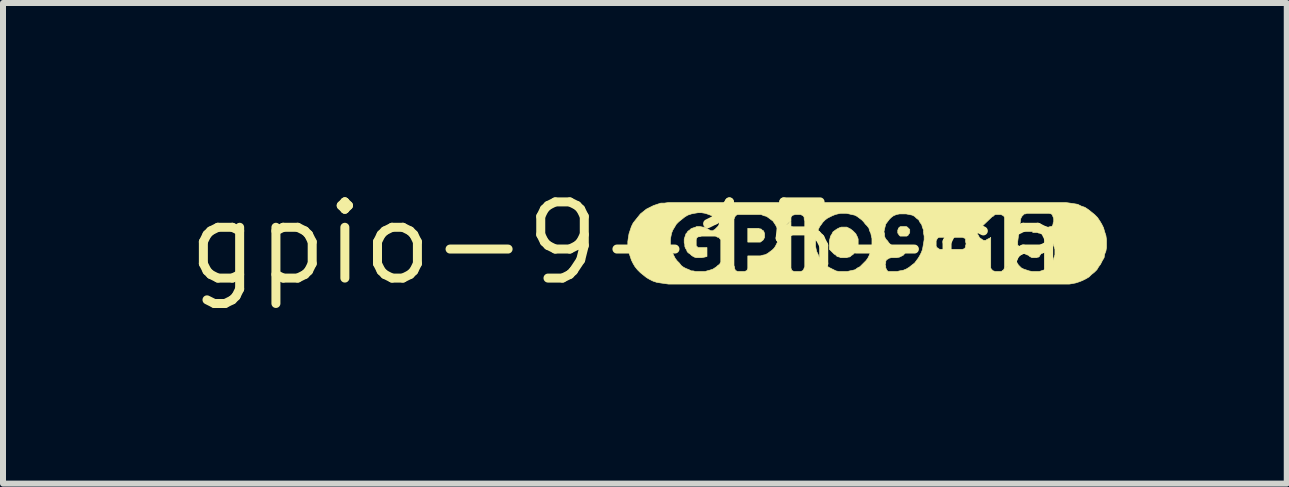
<source format=kicad_pcb>
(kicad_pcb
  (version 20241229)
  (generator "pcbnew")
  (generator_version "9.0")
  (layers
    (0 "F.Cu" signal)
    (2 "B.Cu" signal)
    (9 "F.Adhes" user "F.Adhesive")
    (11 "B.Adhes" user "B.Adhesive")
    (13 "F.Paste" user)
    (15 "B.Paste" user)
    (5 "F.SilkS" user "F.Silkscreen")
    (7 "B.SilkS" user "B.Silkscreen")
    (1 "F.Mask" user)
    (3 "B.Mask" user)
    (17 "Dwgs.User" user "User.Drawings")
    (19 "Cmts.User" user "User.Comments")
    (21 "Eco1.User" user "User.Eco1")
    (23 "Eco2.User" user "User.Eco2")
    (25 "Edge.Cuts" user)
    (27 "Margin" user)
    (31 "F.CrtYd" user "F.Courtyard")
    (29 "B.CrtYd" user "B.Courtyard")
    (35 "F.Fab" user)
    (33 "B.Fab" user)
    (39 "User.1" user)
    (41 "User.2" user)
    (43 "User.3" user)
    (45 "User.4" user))
  (footprint "gpio-9-15-ca"
    (layer "F.Cu")
    (at 7.416 1.006)
    (property "Reference" "gpio-9-15-ca" (at 0 0 0) (layer "F.SilkS") (effects (font (size 1.27 1.27) (thickness 0.15))))
    (attr board_only exclude_from_pos_files exclude_from_bom)
    (fp_poly (pts (xy 2.21 -0.02) (xy 2.25 -0.05) (xy 2.26 -0.06) (xy 2.27 -0.08) (xy 2.28 -0.1) (xy 2.28 -0.13) (xy 2.28 -0.16) (xy 2.27 -0.19) (xy 2.26 -0.21) (xy 2.24 -0.22) (xy 2.22 -0.24) (xy 2.2 -0.24) (xy 2.18 -0.25) (xy 2.17 -0.25) (xy 2 -0.25) (xy 2 -0.02) (xy 2.21 -0.02)) (stroke (width 0.01) (type solid)) (fill yes) (layer "F.SilkS"))
    (fp_poly (pts (xy 4.6 -0.28) (xy 4.56 -0.28) (xy 4.55 -0.28) (xy 4.53 -0.27) (xy 4.52 -0.26) (xy 4.51 -0.25) (xy 4.51 -0.24) (xy 4.5 -0.22) (xy 4.5 -0.21) (xy 4.5 -0.19) (xy 4.5 -0.17) (xy 4.51 -0.16) (xy 4.52 -0.14) (xy 4.53 -0.13) (xy 4.54 -0.12) (xy 4.56 -0.12) (xy 4.58 -0.12) (xy 4.61 -0.12) (xy 4.63 -0.12) (xy 4.65 -0.12) (xy 4.67 -0.13) (xy 4.68 -0.15) (xy 4.69 -0.16) (xy 4.7 -0.18) (xy 4.7 -0.2) (xy 4.7 -0.23) (xy 4.69 -0.24) (xy 4.67 -0.26) (xy 4.66 -0.27) (xy 4.64 -0.28) (xy 4.62 -0.28) (xy 4.6 -0.28)) (stroke (width 0.01) (type solid)) (fill yes) (layer "F.SilkS"))
    (fp_poly (pts (xy 3.36 0.1) (xy 3.44 0.18) (xy 3.46 0.19) (xy 3.49 0.22) (xy 3.53 0.23) (xy 3.55 0.24) (xy 3.58 0.24) (xy 3.6 0.24) (xy 3.62 0.24) (xy 3.65 0.24) (xy 3.67 0.23) (xy 3.69 0.23) (xy 3.71 0.22) (xy 3.73 0.2) (xy 3.75 0.19) (xy 3.77 0.17) (xy 3.79 0.15) (xy 3.8 0.13) (xy 3.81 0.11) (xy 3.82 0.09) (xy 3.83 0.07) (xy 3.84 0.04) (xy 3.84 0.02) (xy 3.84 -0.01) (xy 3.84 -0.04) (xy 3.84 -0.07) (xy 3.83 -0.1) (xy 3.82 -0.12) (xy 3.81 -0.14) (xy 3.8 -0.16) (xy 3.78 -0.18) (xy 3.75 -0.21) (xy 3.71 -0.24) (xy 3.69 -0.25) (xy 3.67 -0.26) (xy 3.65 -0.27) (xy 3.62 -0.27) (xy 3.6 -0.27) (xy 3.58 -0.27) (xy 3.56 -0.27) (xy 3.53 -0.26) (xy 3.51 -0.25) (xy 3.49 -0.24) (xy 3.46 -0.22) (xy 3.42 -0.19) (xy 3.4 -0.15) (xy 3.38 -0.12) (xy 3.37 -0.08) (xy 3.36 -0.04) (xy 3.36 0.1)) (stroke (width 0.01) (type solid)) (fill yes) (layer "F.SilkS"))
    (fp_poly (pts (xy 0.68 -0.68) (xy 0.61 -0.67) (xy 0.55 -0.67) (xy 0.49 -0.65) (xy 0.43 -0.63) (xy 0.37 -0.6) (xy 0.31 -0.57) (xy 0.26 -0.53) (xy 0.21 -0.49) (xy 0.17 -0.44) (xy 0.13 -0.39) (xy 0.09 -0.34) (xy 0.06 -0.28) (xy 0.04 -0.22) (xy 0.02 -0.16) (xy 0.01 -0.1) (xy 0 -0.03) (xy 0 0.03) (xy 0.01 0.09) (xy 0.02 0.16) (xy 0.04 0.22) (xy 0.06 0.28) (xy 0.09 0.34) (xy 0.12 0.39) (xy 0.16 0.44) (xy 0.21 0.49) (xy 0.26 0.53) (xy 0.31 0.57) (xy 0.36 0.6) (xy 0.42 0.63) (xy 0.48 0.65) (xy 0.54 0.66) (xy 0.61 0.67) (xy 0.68 0.68) (xy 7.3 0.68) (xy 7.36 0.68) (xy 7.42 0.67) (xy 7.47 0.66) (xy 7.53 0.64) (xy 7.58 0.62) (xy 7.64 0.59) (xy 7.69 0.56) (xy 7.73 0.52) (xy 7.78 0.48) (xy 7.82 0.44) (xy 7.85 0.39) (xy 7.88 0.35) (xy 7.91 0.29) (xy 7.94 0.24) (xy 7.95 0.18) (xy 7.97 0.13) (xy 7.98 0.07) (xy 7.98 0) (xy 7.98 -0.06) (xy 7.97 -0.13) (xy 7.95 -0.19) (xy 7.93 -0.26) (xy 7.9 -0.32) (xy 7.87 -0.37) (xy 7.83 -0.43) (xy 7.78 -0.48) (xy 7.73 -0.52) (xy 7.68 -0.56) (xy 7.62 -0.6) (xy 7.56 -0.62) (xy 7.5 -0.65) (xy 7.44 -0.66) (xy 7.37 -0.67) (xy 7.3 -0.68) (xy 0.68 -0.68) (xy 0.9 -0.4) (xy 0.95 -0.44) (xy 1 -0.47) (xy 1.06 -0.49) (xy 1.11 -0.5) (xy 1.17 -0.51) (xy 1.23 -0.51) (xy 1.29 -0.5) (xy 1.35 -0.48) (xy 1.4 -0.46) (xy 1.45 -0.43) (xy 1.48 -0.41) (xy 1.5 -0.4) (xy 1.52 -0.38) (xy 1.52 -0.36) (xy 1.52 -0.34) (xy 1.52 -0.31) (xy 1.5 -0.28) (xy 1.48 -0.26) (xy 1.45 -0.23) (xy 1.43 -0.22) (xy 1.42 -0.21) (xy 1.4 -0.21) (xy 1.38 -0.21) (xy 1.35 -0.23) (xy 1.3 -0.26) (xy 1.27 -0.27) (xy 1.25 -0.27) (xy 1.2 -0.28) (xy 1.15 -0.28) (xy 1.13 -0.27) (xy 1.1 -0.26) (xy 1.07 -0.25) (xy 1.05 -0.24) (xy 1.03 -0.22) (xy 1 -0.2) (xy 0.99 -0.18) (xy 0.97 -0.16) (xy 0.96 -0.13) (xy 0.95 -0.1) (xy 0.94 -0.07) (xy 0.94 -0.04) (xy 0.94 -0.01) (xy 0.95 0.02) (xy 0.95 0.05) (xy 0.96 0.08) (xy 0.98 0.11) (xy 0.99 0.14) (xy 1.01 0.16) (xy 1.04 0.18) (xy 1.06 0.2) (xy 1.09 0.22) (xy 1.11 0.23) (xy 1.14 0.24) (xy 1.18 0.24) (xy 1.23 0.24) (xy 1.28 0.23) (xy 1.32 0.22) (xy 1.32 0.07) (xy 1.21 0.07) (xy 1.18 0.07) (xy 1.17 0.07) (xy 1.16 0.06) (xy 1.15 0.05) (xy 1.14 0.04) (xy 1.14 0.01) (xy 1.14 -0.04) (xy 1.14 -0.06) (xy 1.15 -0.09) (xy 1.16 -0.1) (xy 1.18 -0.11) (xy 1.2 -0.11) (xy 1.23 -0.12) (xy 1.46 -0.12) (xy 1.48 -0.11) (xy 1.5 -0.1) (xy 1.52 -0.1) (xy 1.53 -0.08) (xy 1.54 -0.07) (xy 1.55 -0.06) (xy 1.55 -0.04) (xy 1.55 -0.02) (xy 1.55 0.29) (xy 1.55 0.31) (xy 1.77 0.37) (xy 1.77 -0.41) (xy 1.78 -0.42) (xy 1.78 -0.43) (xy 1.79 -0.45) (xy 1.8 -0.46) (xy 1.81 -0.47) (xy 1.83 -0.48) (xy 1.86 -0.48) (xy 1.89 -0.48) (xy 2.18 -0.48) (xy 2.22 -0.48) (xy 2.27 -0.46) (xy 2.31 -0.45) (xy 2.34 -0.43) (xy 2.38 -0.4) (xy 2.42 -0.37) (xy 2.44 -0.34) (xy 2.46 -0.31) (xy 2.51 -0.22) (xy 2.72 -0.37) (xy 2.72 -0.41) (xy 2.72 -0.43) (xy 2.73 -0.45) (xy 2.74 -0.46) (xy 2.75 -0.47) (xy 2.76 -0.47) (xy 2.79 -0.48) (xy 2.82 -0.48) (xy 2.85 -0.48) (xy 2.88 -0.48) (xy 2.9 -0.47) (xy 2.92 -0.46) (xy 2.93 -0.45) (xy 2.94 -0.43) (xy 2.94 -0.4) (xy 2.95 -0.37) (xy 3.18 -0.24) (xy 3.2 -0.28) (xy 3.23 -0.32) (xy 3.25 -0.35) (xy 3.29 -0.39) (xy 3.33 -0.42) (xy 3.37 -0.44) (xy 3.41 -0.46) (xy 3.46 -0.48) (xy 3.5 -0.49) (xy 3.55 -0.5) (xy 3.6 -0.5) (xy 3.64 -0.5) (xy 3.69 -0.49) (xy 3.73 -0.48) (xy 3.78 -0.47) (xy 3.82 -0.45) (xy 3.86 -0.42) (xy 3.9 -0.39) (xy 3.93 -0.36) (xy 3.96 -0.32) (xy 3.99 -0.29) (xy 4.02 -0.25) (xy 4.03 -0.21) (xy 4.05 -0.17) (xy 4.06 -0.12) (xy 4.28 -0.16) (xy 4.27 -0.19) (xy 4.28 -0.24) (xy 4.29 -0.28) (xy 4.3 -0.32) (xy 4.33 -0.36) (xy 4.36 -0.4) (xy 4.39 -0.43) (xy 4.43 -0.46) (xy 4.48 -0.48) (xy 4.53 -0.49) (xy 4.58 -0.49) (xy 4.64 -0.49) (xy 4.69 -0.48) (xy 4.74 -0.47) (xy 4.78 -0.45) (xy 4.81 -0.42) (xy 4.85 -0.39) (xy 4.87 -0.35) (xy 4.9 -0.31) (xy 4.91 -0.27) (xy 4.93 -0.22) (xy 4.93 -0.17) (xy 4.94 -0.12) (xy 4.94 -0.06) (xy 5.14 -0.04) (xy 5.15 -0.06) (xy 5.16 -0.08) (xy 5.17 -0.09) (xy 5.19 -0.1) (xy 5.22 -0.1) (xy 5.55 -0.1) (xy 5.58 -0.1) (xy 5.6 -0.09) (xy 5.61 -0.09) (xy 5.62 -0.08) (xy 5.63 -0.07) (xy 5.83 -0.15) (xy 5.83 -0.17) (xy 5.83 -0.18) (xy 5.83 -0.2) (xy 5.84 -0.22) (xy 5.85 -0.23) (xy 6.08 -0.45) (xy 6.09 -0.45) (xy 6.11 -0.47) (xy 6.13 -0.48) (xy 6.16 -0.48) (xy 6.19 -0.48) (xy 6.22 -0.48) (xy 6.26 -0.46) (xy 6.27 -0.45) (xy 6.28 -0.43) (xy 6.28 0.41) (xy 6.49 0.32) (xy 6.48 0.31) (xy 6.48 0.29) (xy 6.49 0.28) (xy 6.49 0.26) (xy 6.5 0.24) (xy 6.55 0.19) (xy 6.57 0.18) (xy 6.59 0.17) (xy 6.6 0.17) (xy 6.61 0.17) (xy 6.63 0.18) (xy 6.65 0.19) (xy 6.68 0.2) (xy 6.69 0.21) (xy 6.7 0.22) (xy 6.72 0.23) (xy 6.74 0.24) (xy 6.77 0.24) (xy 6.8 0.24) (xy 6.82 0.24) (xy 6.83 0.23) (xy 6.85 0.23) (xy 6.86 0.22) (xy 6.87 0.2) (xy 6.88 0.19) (xy 6.89 0.17) (xy 6.89 0.15) (xy 6.89 0.13) (xy 6.89 0.12) (xy 6.88 0.1) (xy 6.87 0.09) (xy 6.86 0.08) (xy 6.85 0.07) (xy 6.83 0.06) (xy 6.81 0.06) (xy 6.8 0.05) (xy 6.78 0.05) (xy 6.76 0.06) (xy 6.74 0.07) (xy 6.71 0.09) (xy 6.69 0.1) (xy 6.67 0.11) (xy 6.64 0.11) (xy 6.62 0.1) (xy 6.6 0.1) (xy 6.56 0.07) (xy 6.51 0.04) (xy 6.5 0.03) (xy 6.5 0.02) (xy 6.5 0.01) (xy 6.5 -0.03) (xy 6.55 -0.41) (xy 6.57 -0.45) (xy 6.58 -0.46) (xy 6.59 -0.47) (xy 6.61 -0.49) (xy 6.63 -0.49) (xy 6.65 -0.5) (xy 6.66 -0.5) (xy 6.99 -0.5) (xy 7.02 -0.5) (xy 7.06 -0.49) (xy 7.07 -0.48) (xy 7.08 -0.47) (xy 7.08 -0.46) (xy 7.09 -0.44) (xy 7.1 -0.41) (xy 7.1 -0.38) (xy 7.1 -0.36) (xy 7.09 -0.34) (xy 7.09 -0.32) (xy 7.08 -0.3) (xy 7.08 -0.29) (xy 7.06 -0.28) (xy 7.04 -0.28) (xy 7.02 -0.27) (xy 6.77 -0.27) (xy 6.76 -0.26) (xy 6.76 -0.23) (xy 6.75 -0.18) (xy 6.83 -0.18) (xy 6.85 -0.17) (xy 6.88 -0.17) (xy 6.91 -0.16) (xy 6.94 -0.14) (xy 6.96 -0.13) (xy 6.99 -0.11) (xy 7.01 -0.09) (xy 7.04 -0.07) (xy 7.06 -0.04) (xy 7.08 -0.02) (xy 7.09 0.01) (xy 7.1 0.04) (xy 7.11 0.07) (xy 7.12 0.1) (xy 7.12 0.13) (xy 7.12 0.16) (xy 7.12 0.19) (xy 7.11 0.22) (xy 7.1 0.25) (xy 7.09 0.28) (xy 7.08 0.3) (xy 7.06 0.33) (xy 7.04 0.36) (xy 7.02 0.38) (xy 7 0.4) (xy 6.97 0.42) (xy 6.95 0.44) (xy 6.92 0.45) (xy 6.89 0.46) (xy 6.86 0.47) (xy 6.83 0.47) (xy 6.81 0.47) (xy 6.74 0.47) (xy 6.69 0.46) (xy 6.63 0.44) (xy 6.6 0.43) (xy 6.56 0.41) (xy 6.55 0.4) (xy 6.54 0.39) (xy 6.53 0.38) (xy 6.51 0.36) (xy 6.5 0.34) (xy 6.49 0.33) (xy 6.28 0.41) (xy 6.27 0.43) (xy 6.26 0.45) (xy 6.25 0.45) (xy 6.23 0.47) (xy 6.2 0.47) (xy 6.17 0.47) (xy 6.14 0.47) (xy 6.12 0.47) (xy 6.1 0.46) (xy 6.08 0.46) (xy 6.08 0.45) (xy 6.06 0.43) (xy 6.05 0.41) (xy 6.05 0.39) (xy 6.05 0.36) (xy 6.05 -0.1) (xy 6.04 -0.09) (xy 6.02 -0.08) (xy 6 -0.07) (xy 5.98 -0.06) (xy 5.97 -0.05) (xy 5.95 -0.05) (xy 5.94 -0.05) (xy 5.93 -0.05) (xy 5.91 -0.06) (xy 5.9 -0.07) (xy 5.88 -0.08) (xy 5.86 -0.1) (xy 5.85 -0.12) (xy 5.84 -0.14) (xy 5.83 -0.15) (xy 5.63 -0.07) (xy 5.63 -0.05) (xy 5.63 -0.03) (xy 5.64 0.01) (xy 5.63 0.04) (xy 5.63 0.06) (xy 5.62 0.08) (xy 5.61 0.09) (xy 5.58 0.1) (xy 5.54 0.1) (xy 5.23 0.1) (xy 5.2 0.1) (xy 5.18 0.09) (xy 5.17 0.08) (xy 5.15 0.07) (xy 5.15 0.06) (xy 5.14 0.05) (xy 5.14 0.02) (xy 5.14 -0.01) (xy 5.14 -0.04) (xy 4.94 -0.06) (xy 4.93 0) (xy 4.92 0.06) (xy 4.91 0.11) (xy 4.89 0.16) (xy 4.87 0.2) (xy 4.84 0.25) (xy 4.81 0.29) (xy 4.78 0.33) (xy 4.74 0.36) (xy 4.69 0.4) (xy 4.64 0.43) (xy 4.59 0.45) (xy 4.53 0.46) (xy 4.49 0.47) (xy 4.46 0.47) (xy 4.42 0.47) (xy 4.38 0.47) (xy 4.36 0.47) (xy 4.34 0.47) (xy 4.33 0.46) (xy 4.32 0.45) (xy 4.31 0.43) (xy 4.3 0.41) (xy 4.3 0.38) (xy 4.29 0.35) (xy 4.3 0.33) (xy 4.3 0.3) (xy 4.31 0.28) (xy 4.32 0.27) (xy 4.34 0.26) (xy 4.35 0.25) (xy 4.39 0.24) (xy 4.45 0.24) (xy 4.48 0.24) (xy 4.53 0.23) (xy 4.57 0.21) (xy 4.59 0.2) (xy 4.6 0.19) (xy 4.64 0.14) (xy 4.67 0.11) (xy 4.68 0.07) (xy 4.65 0.08) (xy 4.62 0.09) (xy 4.59 0.09) (xy 4.55 0.09) (xy 4.51 0.08) (xy 4.48 0.07) (xy 4.44 0.06) (xy 4.41 0.04) (xy 4.38 0.02) (xy 4.35 -0.01) (xy 4.33 -0.04) (xy 4.31 -0.06) (xy 4.29 -0.09) (xy 4.28 -0.12) (xy 4.28 -0.16) (xy 4.06 -0.12) (xy 4.07 -0.08) (xy 4.07 -0.03) (xy 4.07 0.02) (xy 4.06 0.07) (xy 4.05 0.12) (xy 4.04 0.16) (xy 4.02 0.21) (xy 4 0.25) (xy 3.97 0.29) (xy 3.94 0.32) (xy 3.9 0.36) (xy 3.87 0.39) (xy 3.83 0.41) (xy 3.79 0.44) (xy 3.75 0.45) (xy 3.7 0.46) (xy 3.66 0.47) (xy 3.61 0.47) (xy 3.56 0.47) (xy 3.52 0.47) (xy 3.47 0.46) (xy 3.43 0.44) (xy 3.39 0.42) (xy 3.35 0.4) (xy 3.31 0.37) (xy 3.28 0.34) (xy 3.24 0.3) (xy 3.21 0.27) (xy 3.19 0.23) (xy 3.17 0.18) (xy 3.15 0.14) (xy 3.14 0.1) (xy 3.13 0.05) (xy 3.13 0) (xy 3.13 -0.05) (xy 3.14 -0.1) (xy 3.15 -0.15) (xy 3.16 -0.19) (xy 3.18 -0.24) (xy 2.95 -0.37) (xy 2.95 0.39) (xy 2.94 0.41) (xy 2.93 0.44) (xy 2.92 0.45) (xy 2.91 0.46) (xy 2.88 0.47) (xy 2.85 0.47) (xy 2.82 0.47) (xy 2.79 0.47) (xy 2.77 0.47) (xy 2.75 0.46) (xy 2.73 0.45) (xy 2.73 0.43) (xy 2.72 0.42) (xy 2.72 0.39) (xy 2.72 0.36) (xy 2.72 -0.36) (xy 2.51 -0.22) (xy 2.51 -0.1) (xy 2.51 -0.06) (xy 2.5 -0.03) (xy 2.48 0.01) (xy 2.46 0.05) (xy 2.44 0.08) (xy 2.41 0.11) (xy 2.37 0.14) (xy 2.33 0.17) (xy 2.29 0.19) (xy 2.24 0.2) (xy 2.21 0.21) (xy 2.18 0.21) (xy 2 0.21) (xy 2 0.38) (xy 2 0.42) (xy 1.99 0.44) (xy 1.99 0.45) (xy 1.97 0.46) (xy 1.95 0.47) (xy 1.92 0.47) (xy 1.89 0.47) (xy 1.86 0.47) (xy 1.83 0.47) (xy 1.81 0.46) (xy 1.79 0.45) (xy 1.79 0.44) (xy 1.78 0.42) (xy 1.78 0.4) (xy 1.77 0.37) (xy 1.55 0.31) (xy 1.54 0.33) (xy 1.53 0.35) (xy 1.5 0.37) (xy 1.48 0.39) (xy 1.45 0.41) (xy 1.42 0.43) (xy 1.39 0.44) (xy 1.36 0.45) (xy 1.32 0.46) (xy 1.29 0.47) (xy 1.25 0.47) (xy 1.2 0.47) (xy 1.16 0.47) (xy 1.13 0.47) (xy 1.09 0.46) (xy 1.06 0.46) (xy 1.02 0.44) (xy 0.97 0.42) (xy 0.93 0.4) (xy 0.89 0.37) (xy 0.86 0.33) (xy 0.82 0.29) (xy 0.79 0.25) (xy 0.77 0.21) (xy 0.75 0.17) (xy 0.73 0.13) (xy 0.72 0.08) (xy 0.71 0.03) (xy 0.71 -0.02) (xy 0.71 -0.07) (xy 0.72 -0.12) (xy 0.73 -0.17) (xy 0.75 -0.22) (xy 0.78 -0.27) (xy 0.81 -0.32) (xy 0.85 -0.36) (xy 0.9 -0.4) (xy 0.68 -0.68)) (stroke (width 0.01) (type solid)) (fill yes) (layer "F.SilkS")))
  (gr_rect
    (start -3 -3)
    (end 18.401 5.012)
    (stroke (width 0.1) (type default))
    (fill no)
    (layer "Edge.Cuts")))
</source>
